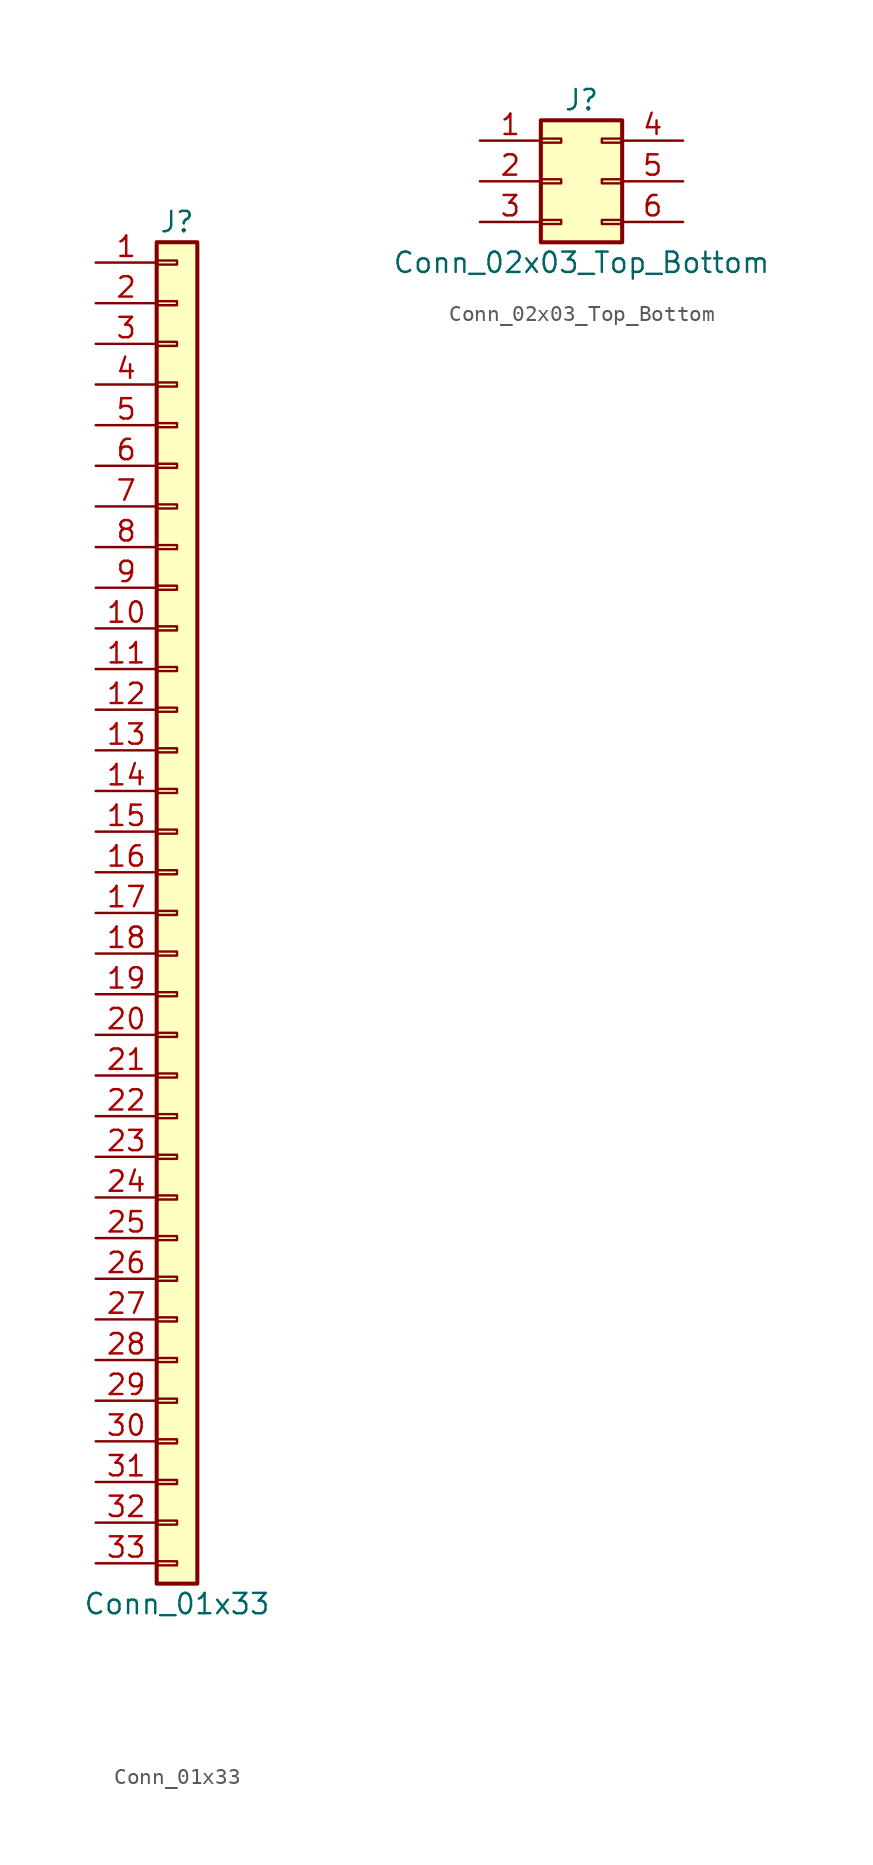
<source format=kicad_sym>
(kicad_symbol_lib
  (version 20211014)
  (generator kicad_symbol_editor)
  (symbol "Conn_01x33"
    (pin_names
      (offset 1.016) hide)
    (property "Reference" "J"
      (at 0 43.18 0)
      (effects (font (size 1.27 1.27))))
    (property "Value" "Conn_01x33"
      (at 0 -43.18 0)
      (effects (font (size 1.27 1.27))))
    (symbol "Conn_01x33_1_1"
      (rectangle (start -1.27 -40.513) (end 0 -40.767) (stroke (width 0.152) (type default) (color 0 0 0 0)) (fill (type none)))
      (rectangle (start -1.27 -37.973) (end 0 -38.227) (stroke (width 0.152) (type default) (color 0 0 0 0)) (fill (type none)))
      (rectangle (start -1.27 -35.433) (end 0 -35.687) (stroke (width 0.152) (type default) (color 0 0 0 0)) (fill (type none)))
      (rectangle (start -1.27 -32.893) (end 0 -33.147) (stroke (width 0.152) (type default) (color 0 0 0 0)) (fill (type none)))
      (rectangle (start -1.27 -30.353) (end 0 -30.607) (stroke (width 0.152) (type default) (color 0 0 0 0)) (fill (type none)))
      (rectangle (start -1.27 -27.813) (end 0 -28.067) (stroke (width 0.152) (type default) (color 0 0 0 0)) (fill (type none)))
      (rectangle (start -1.27 -25.273) (end 0 -25.527) (stroke (width 0.152) (type default) (color 0 0 0 0)) (fill (type none)))
      (rectangle (start -1.27 -22.733) (end 0 -22.987) (stroke (width 0.152) (type default) (color 0 0 0 0)) (fill (type none)))
      (rectangle (start -1.27 -20.193) (end 0 -20.447) (stroke (width 0.152) (type default) (color 0 0 0 0)) (fill (type none)))
      (rectangle (start -1.27 -17.653) (end 0 -17.907) (stroke (width 0.152) (type default) (color 0 0 0 0)) (fill (type none)))
      (rectangle (start -1.27 -15.113) (end 0 -15.367) (stroke (width 0.152) (type default) (color 0 0 0 0)) (fill (type none)))
      (rectangle (start -1.27 -12.573) (end 0 -12.827) (stroke (width 0.152) (type default) (color 0 0 0 0)) (fill (type none)))
      (rectangle (start -1.27 -10.033) (end 0 -10.287) (stroke (width 0.152) (type default) (color 0 0 0 0)) (fill (type none)))
      (rectangle (start -1.27 -7.493) (end 0 -7.747) (stroke (width 0.152) (type default) (color 0 0 0 0)) (fill (type none)))
      (rectangle (start -1.27 -4.953) (end 0 -5.207) (stroke (width 0.152) (type default) (color 0 0 0 0)) (fill (type none)))
      (rectangle (start -1.27 -2.413) (end 0 -2.667) (stroke (width 0.152) (type default) (color 0 0 0 0)) (fill (type none)))
      (rectangle (start -1.27 0.127) (end 0 -0.127) (stroke (width 0.152) (type default) (color 0 0 0 0)) (fill (type none)))
      (rectangle (start -1.27 2.667) (end 0 2.413) (stroke (width 0.152) (type default) (color 0 0 0 0)) (fill (type none)))
      (rectangle (start -1.27 5.207) (end 0 4.953) (stroke (width 0.152) (type default) (color 0 0 0 0)) (fill (type none)))
      (rectangle (start -1.27 7.747) (end 0 7.493) (stroke (width 0.152) (type default) (color 0 0 0 0)) (fill (type none)))
      (rectangle (start -1.27 10.287) (end 0 10.033) (stroke (width 0.152) (type default) (color 0 0 0 0)) (fill (type none)))
      (rectangle (start -1.27 12.827) (end 0 12.573) (stroke (width 0.152) (type default) (color 0 0 0 0)) (fill (type none)))
      (rectangle (start -1.27 15.367) (end 0 15.113) (stroke (width 0.152) (type default) (color 0 0 0 0)) (fill (type none)))
      (rectangle (start -1.27 17.907) (end 0 17.653) (stroke (width 0.152) (type default) (color 0 0 0 0)) (fill (type none)))
      (rectangle (start -1.27 20.447) (end 0 20.193) (stroke (width 0.152) (type default) (color 0 0 0 0)) (fill (type none)))
      (rectangle (start -1.27 22.987) (end 0 22.733) (stroke (width 0.152) (type default) (color 0 0 0 0)) (fill (type none)))
      (rectangle (start -1.27 25.527) (end 0 25.273) (stroke (width 0.152) (type default) (color 0 0 0 0)) (fill (type none)))
      (rectangle (start -1.27 28.067) (end 0 27.813) (stroke (width 0.152) (type default) (color 0 0 0 0)) (fill (type none)))
      (rectangle (start -1.27 30.607) (end 0 30.353) (stroke (width 0.152) (type default) (color 0 0 0 0)) (fill (type none)))
      (rectangle (start -1.27 33.147) (end 0 32.893) (stroke (width 0.152) (type default) (color 0 0 0 0)) (fill (type none)))
      (rectangle (start -1.27 35.687) (end 0 35.433) (stroke (width 0.152) (type default) (color 0 0 0 0)) (fill (type none)))
      (rectangle (start -1.27 38.227) (end 0 37.973) (stroke (width 0.152) (type default) (color 0 0 0 0)) (fill (type none)))
      (rectangle (start -1.27 40.767) (end 0 40.513) (stroke (width 0.152) (type default) (color 0 0 0 0)) (fill (type none)))
      (rectangle (start -1.27 41.91) (end 1.27 -41.91) (stroke (width 0.254) (type default) (color 0 0 0 0)) (fill (type background)))
      (pin passive line (at -5.08 40.64 0) (length 3.81) (name "Pin_1" (effects (font (size 1.27 1.27)))) (number "1" (effects (font (size 1.27 1.27)))))
      (pin passive line (at -5.08 17.78 0) (length 3.81) (name "Pin_10" (effects (font (size 1.27 1.27)))) (number "10" (effects (font (size 1.27 1.27)))))
      (pin passive line (at -5.08 15.24 0) (length 3.81) (name "Pin_11" (effects (font (size 1.27 1.27)))) (number "11" (effects (font (size 1.27 1.27)))))
      (pin passive line (at -5.08 12.7 0) (length 3.81) (name "Pin_12" (effects (font (size 1.27 1.27)))) (number "12" (effects (font (size 1.27 1.27)))))
      (pin passive line (at -5.08 10.16 0) (length 3.81) (name "Pin_13" (effects (font (size 1.27 1.27)))) (number "13" (effects (font (size 1.27 1.27)))))
      (pin passive line (at -5.08 7.62 0) (length 3.81) (name "Pin_14" (effects (font (size 1.27 1.27)))) (number "14" (effects (font (size 1.27 1.27)))))
      (pin passive line (at -5.08 5.08 0) (length 3.81) (name "Pin_15" (effects (font (size 1.27 1.27)))) (number "15" (effects (font (size 1.27 1.27)))))
      (pin passive line (at -5.08 2.54 0) (length 3.81) (name "Pin_16" (effects (font (size 1.27 1.27)))) (number "16" (effects (font (size 1.27 1.27)))))
      (pin passive line (at -5.08 0 0) (length 3.81) (name "Pin_17" (effects (font (size 1.27 1.27)))) (number "17" (effects (font (size 1.27 1.27)))))
      (pin passive line (at -5.08 -2.54 0) (length 3.81) (name "Pin_18" (effects (font (size 1.27 1.27)))) (number "18" (effects (font (size 1.27 1.27)))))
      (pin passive line (at -5.08 -5.08 0) (length 3.81) (name "Pin_19" (effects (font (size 1.27 1.27)))) (number "19" (effects (font (size 1.27 1.27)))))
      (pin passive line (at -5.08 38.1 0) (length 3.81) (name "Pin_2" (effects (font (size 1.27 1.27)))) (number "2" (effects (font (size 1.27 1.27)))))
      (pin passive line (at -5.08 -7.62 0) (length 3.81) (name "Pin_20" (effects (font (size 1.27 1.27)))) (number "20" (effects (font (size 1.27 1.27)))))
      (pin passive line (at -5.08 -10.16 0) (length 3.81) (name "Pin_21" (effects (font (size 1.27 1.27)))) (number "21" (effects (font (size 1.27 1.27)))))
      (pin passive line (at -5.08 -12.7 0) (length 3.81) (name "Pin_22" (effects (font (size 1.27 1.27)))) (number "22" (effects (font (size 1.27 1.27)))))
      (pin passive line (at -5.08 -15.24 0) (length 3.81) (name "Pin_23" (effects (font (size 1.27 1.27)))) (number "23" (effects (font (size 1.27 1.27)))))
      (pin passive line (at -5.08 -17.78 0) (length 3.81) (name "Pin_24" (effects (font (size 1.27 1.27)))) (number "24" (effects (font (size 1.27 1.27)))))
      (pin passive line (at -5.08 -20.32 0) (length 3.81) (name "Pin_25" (effects (font (size 1.27 1.27)))) (number "25" (effects (font (size 1.27 1.27)))))
      (pin passive line (at -5.08 -22.86 0) (length 3.81) (name "Pin_26" (effects (font (size 1.27 1.27)))) (number "26" (effects (font (size 1.27 1.27)))))
      (pin passive line (at -5.08 -25.4 0) (length 3.81) (name "Pin_27" (effects (font (size 1.27 1.27)))) (number "27" (effects (font (size 1.27 1.27)))))
      (pin passive line (at -5.08 -27.94 0) (length 3.81) (name "Pin_28" (effects (font (size 1.27 1.27)))) (number "28" (effects (font (size 1.27 1.27)))))
      (pin passive line (at -5.08 -30.48 0) (length 3.81) (name "Pin_29" (effects (font (size 1.27 1.27)))) (number "29" (effects (font (size 1.27 1.27)))))
      (pin passive line (at -5.08 35.56 0) (length 3.81) (name "Pin_3" (effects (font (size 1.27 1.27)))) (number "3" (effects (font (size 1.27 1.27)))))
      (pin passive line (at -5.08 -33.02 0) (length 3.81) (name "Pin_30" (effects (font (size 1.27 1.27)))) (number "30" (effects (font (size 1.27 1.27)))))
      (pin passive line (at -5.08 -35.56 0) (length 3.81) (name "Pin_31" (effects (font (size 1.27 1.27)))) (number "31" (effects (font (size 1.27 1.27)))))
      (pin passive line (at -5.08 -38.1 0) (length 3.81) (name "Pin_32" (effects (font (size 1.27 1.27)))) (number "32" (effects (font (size 1.27 1.27)))))
      (pin passive line (at -5.08 -40.64 0) (length 3.81) (name "Pin_33" (effects (font (size 1.27 1.27)))) (number "33" (effects (font (size 1.27 1.27)))))
      (pin passive line (at -5.08 33.02 0) (length 3.81) (name "Pin_4" (effects (font (size 1.27 1.27)))) (number "4" (effects (font (size 1.27 1.27)))))
      (pin passive line (at -5.08 30.48 0) (length 3.81) (name "Pin_5" (effects (font (size 1.27 1.27)))) (number "5" (effects (font (size 1.27 1.27)))))
      (pin passive line (at -5.08 27.94 0) (length 3.81) (name "Pin_6" (effects (font (size 1.27 1.27)))) (number "6" (effects (font (size 1.27 1.27)))))
      (pin passive line (at -5.08 25.4 0) (length 3.81) (name "Pin_7" (effects (font (size 1.27 1.27)))) (number "7" (effects (font (size 1.27 1.27)))))
      (pin passive line (at -5.08 22.86 0) (length 3.81) (name "Pin_8" (effects (font (size 1.27 1.27)))) (number "8" (effects (font (size 1.27 1.27)))))
      (pin passive line (at -5.08 20.32 0) (length 3.81) (name "Pin_9" (effects (font (size 1.27 1.27)))) (number "9" (effects (font (size 1.27 1.27)))))))
  (symbol "Conn_02x03_Top_Bottom"
    (pin_names
      (offset 1.016) hide)
    (property "Reference" "J"
      (at 1.27 5.08 0)
      (effects (font (size 1.27 1.27))))
    (property "Value" "Conn_02x03_Top_Bottom"
      (at 1.27 -5.08 0)
      (effects (font (size 1.27 1.27))))
    (symbol "Conn_02x03_Top_Bottom_1_1"
      (rectangle (start -1.27 -2.413) (end 0 -2.667) (stroke (width 0.152) (type default) (color 0 0 0 0)) (fill (type none)))
      (rectangle (start -1.27 0.127) (end 0 -0.127) (stroke (width 0.152) (type default) (color 0 0 0 0)) (fill (type none)))
      (rectangle (start -1.27 2.667) (end 0 2.413) (stroke (width 0.152) (type default) (color 0 0 0 0)) (fill (type none)))
      (rectangle (start -1.27 3.81) (end 3.81 -3.81) (stroke (width 0.254) (type default) (color 0 0 0 0)) (fill (type background)))
      (rectangle (start 3.81 -2.413) (end 2.54 -2.667) (stroke (width 0.152) (type default) (color 0 0 0 0)) (fill (type none)))
      (rectangle (start 3.81 0.127) (end 2.54 -0.127) (stroke (width 0.152) (type default) (color 0 0 0 0)) (fill (type none)))
      (rectangle (start 3.81 2.667) (end 2.54 2.413) (stroke (width 0.152) (type default) (color 0 0 0 0)) (fill (type none)))
      (pin passive line (at -5.08 2.54 0) (length 3.81) (name "Pin_1" (effects (font (size 1.27 1.27)))) (number "1" (effects (font (size 1.27 1.27)))))
      (pin passive line (at -5.08 0 0) (length 3.81) (name "Pin_2" (effects (font (size 1.27 1.27)))) (number "2" (effects (font (size 1.27 1.27)))))
      (pin passive line (at -5.08 -2.54 0) (length 3.81) (name "Pin_3" (effects (font (size 1.27 1.27)))) (number "3" (effects (font (size 1.27 1.27)))))
      (pin passive line (at 7.62 2.54 180) (length 3.81) (name "Pin_4" (effects (font (size 1.27 1.27)))) (number "4" (effects (font (size 1.27 1.27)))))
      (pin passive line (at 7.62 0 180) (length 3.81) (name "Pin_5" (effects (font (size 1.27 1.27)))) (number "5" (effects (font (size 1.27 1.27)))))
      (pin passive line (at 7.62 -2.54 180) (length 3.81) (name "Pin_6" (effects (font (size 1.27 1.27)))) (number "6" (effects (font (size 1.27 1.27))))))))
</source>
